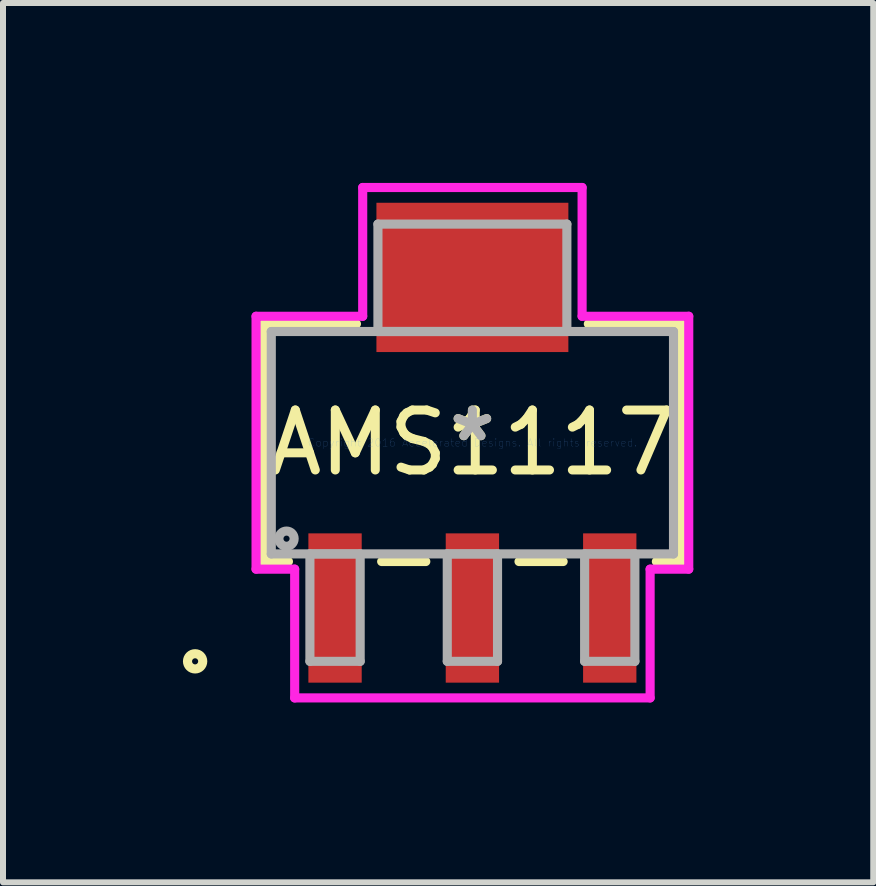
<source format=kicad_pcb>
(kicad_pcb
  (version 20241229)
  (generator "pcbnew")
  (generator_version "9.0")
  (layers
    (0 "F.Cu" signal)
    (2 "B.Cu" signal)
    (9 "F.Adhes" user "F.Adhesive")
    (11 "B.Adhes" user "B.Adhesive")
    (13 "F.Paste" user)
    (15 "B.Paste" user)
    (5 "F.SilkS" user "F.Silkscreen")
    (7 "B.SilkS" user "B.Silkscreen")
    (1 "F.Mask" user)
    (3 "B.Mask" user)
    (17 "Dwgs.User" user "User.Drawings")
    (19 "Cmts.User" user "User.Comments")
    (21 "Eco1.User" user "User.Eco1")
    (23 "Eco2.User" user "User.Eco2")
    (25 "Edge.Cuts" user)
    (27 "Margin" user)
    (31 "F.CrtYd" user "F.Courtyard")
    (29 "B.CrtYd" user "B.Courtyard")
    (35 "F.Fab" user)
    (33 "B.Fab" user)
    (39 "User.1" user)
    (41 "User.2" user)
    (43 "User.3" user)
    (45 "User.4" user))
  (footprint "AMS1117"
    (layer "F.Cu")
    (at 4.826 4.331)
    (property "Reference" "AMS1117" (at 0 0 0) (layer "F.SilkS") (effects (font (size 1 1) (thickness 0.15))))
    (attr through_hole)
    (fp_line (start -3.48 -1.981) (end -3.48 1.981) (stroke (width 0.152) (type solid)) (layer "F.SilkS"))
    (fp_line (start -3.48 1.981) (end -3.067 1.981) (stroke (width 0.152) (type solid)) (layer "F.SilkS"))
    (fp_line (start -1.933 -1.981) (end -3.48 -1.981) (stroke (width 0.152) (type solid)) (layer "F.SilkS"))
    (fp_line (start -1.513 1.981) (end -0.777 1.981) (stroke (width 0.152) (type solid)) (layer "F.SilkS"))
    (fp_line (start 0.777 1.981) (end 1.513 1.981) (stroke (width 0.152) (type solid)) (layer "F.SilkS"))
    (fp_line (start 3.067 1.981) (end 3.48 1.981) (stroke (width 0.152) (type solid)) (layer "F.SilkS"))
    (fp_line (start 3.48 -1.981) (end 1.933 -1.981) (stroke (width 0.152) (type solid)) (layer "F.SilkS"))
    (fp_line (start 3.48 1.981) (end 3.48 -1.981) (stroke (width 0.152) (type solid)) (layer "F.SilkS"))
    (fp_circle (center -4.623 3.645) (end -4.496 3.645) (stroke (width 0.152) (type solid)) (fill no) (layer "F.SilkS"))
    (fp_line (start -3.607 -2.108) (end -1.829 -2.108) (stroke (width 0.152) (type solid)) (layer "F.CrtYd"))
    (fp_line (start -3.607 2.108) (end -3.607 -2.108) (stroke (width 0.152) (type solid)) (layer "F.CrtYd"))
    (fp_line (start -2.963 2.108) (end -3.607 2.108) (stroke (width 0.152) (type solid)) (layer "F.CrtYd"))
    (fp_line (start -2.963 4.255) (end -2.963 2.108) (stroke (width 0.152) (type solid)) (layer "F.CrtYd"))
    (fp_line (start -1.829 -4.255) (end 1.829 -4.255) (stroke (width 0.152) (type solid)) (layer "F.CrtYd"))
    (fp_line (start -1.829 -2.108) (end -1.829 -4.255) (stroke (width 0.152) (type solid)) (layer "F.CrtYd"))
    (fp_line (start 1.829 -4.255) (end 1.829 -2.108) (stroke (width 0.152) (type solid)) (layer "F.CrtYd"))
    (fp_line (start 1.829 -2.108) (end 3.607 -2.108) (stroke (width 0.152) (type solid)) (layer "F.CrtYd"))
    (fp_line (start 2.963 2.108) (end 2.963 4.255) (stroke (width 0.152) (type solid)) (layer "F.CrtYd"))
    (fp_line (start 2.963 4.255) (end -2.963 4.255) (stroke (width 0.152) (type solid)) (layer "F.CrtYd"))
    (fp_line (start 3.607 -2.108) (end 3.607 2.108) (stroke (width 0.152) (type solid)) (layer "F.CrtYd"))
    (fp_line (start 3.607 2.108) (end 2.963 2.108) (stroke (width 0.152) (type solid)) (layer "F.CrtYd"))
    (fp_line (start -3.353 -1.854) (end -3.353 1.854) (stroke (width 0.152) (type solid)) (layer "F.Fab"))
    (fp_line (start -3.353 1.854) (end 3.353 1.854) (stroke (width 0.152) (type solid)) (layer "F.Fab"))
    (fp_line (start -2.709 1.854) (end -2.709 3.645) (stroke (width 0.152) (type solid)) (layer "F.Fab"))
    (fp_line (start -2.709 3.645) (end -1.871 3.645) (stroke (width 0.152) (type solid)) (layer "F.Fab"))
    (fp_line (start -1.871 1.854) (end -2.709 1.854) (stroke (width 0.152) (type solid)) (layer "F.Fab"))
    (fp_line (start -1.871 3.645) (end -1.871 1.854) (stroke (width 0.152) (type solid)) (layer "F.Fab"))
    (fp_line (start -1.575 -3.645) (end -1.575 -1.854) (stroke (width 0.152) (type solid)) (layer "F.Fab"))
    (fp_line (start -1.575 -1.854) (end 1.575 -1.854) (stroke (width 0.152) (type solid)) (layer "F.Fab"))
    (fp_line (start -0.419 1.854) (end -0.419 3.645) (stroke (width 0.152) (type solid)) (layer "F.Fab"))
    (fp_line (start -0.419 3.645) (end 0.419 3.645) (stroke (width 0.152) (type solid)) (layer "F.Fab"))
    (fp_line (start 0.419 1.854) (end -0.419 1.854) (stroke (width 0.152) (type solid)) (layer "F.Fab"))
    (fp_line (start 0.419 3.645) (end 0.419 1.854) (stroke (width 0.152) (type solid)) (layer "F.Fab"))
    (fp_line (start 1.575 -3.645) (end -1.575 -3.645) (stroke (width 0.152) (type solid)) (layer "F.Fab"))
    (fp_line (start 1.575 -1.854) (end 1.575 -3.645) (stroke (width 0.152) (type solid)) (layer "F.Fab"))
    (fp_line (start 1.871 1.854) (end 1.871 3.645) (stroke (width 0.152) (type solid)) (layer "F.Fab"))
    (fp_line (start 1.871 3.645) (end 2.709 3.645) (stroke (width 0.152) (type solid)) (layer "F.Fab"))
    (fp_line (start 2.709 1.854) (end 1.871 1.854) (stroke (width 0.152) (type solid)) (layer "F.Fab"))
    (fp_line (start 2.709 3.645) (end 2.709 1.854) (stroke (width 0.152) (type solid)) (layer "F.Fab"))
    (fp_line (start 3.353 -1.854) (end -3.353 -1.854) (stroke (width 0.152) (type solid)) (layer "F.Fab"))
    (fp_line (start 3.353 1.854) (end 3.353 -1.854) (stroke (width 0.152) (type solid)) (layer "F.Fab"))
    (fp_circle (center -3.099 1.6) (end -2.972 1.6) (stroke (width 0.152) (type solid)) (fill no) (layer "F.Fab"))
    (fp_text user "*" (at 0 0 0) (layer "F.SilkS") (effects (font (size 1 1) (thickness 0.15))))
    (fp_text user "Copyright 2016 Accelerated Designs. All rights reserved." (at 0 0 0) (layer "Cmts.User") (effects (font (size 0.127 0.127) (thickness 0.002))))
    (fp_text user "*" (at 0 0 0) (layer "F.Fab") (effects (font (size 1 1) (thickness 0.15))))
    (pad "1" smd rect (at -2.29 2.756) (size 0.889 2.489) (layers "F.Cu" "F.Mask" "F.Paste"))
    (pad "2" smd rect (at 0 2.756) (size 0.889 2.489) (layers "F.Cu" "F.Mask" "F.Paste"))
    (pad "3" smd rect (at 2.29 2.756) (size 0.889 2.489) (layers "F.Cu" "F.Mask" "F.Paste"))
    (pad "4" smd rect (at 0 -2.756) (size 3.2 2.489) (layers "F.Cu" "F.Mask" "F.Paste")))
  (gr_rect
    (start -3 -3)
    (end 11.509 11.661)
    (stroke (width 0.1) (type default))
    (fill no)
    (layer "Edge.Cuts")))
</source>
